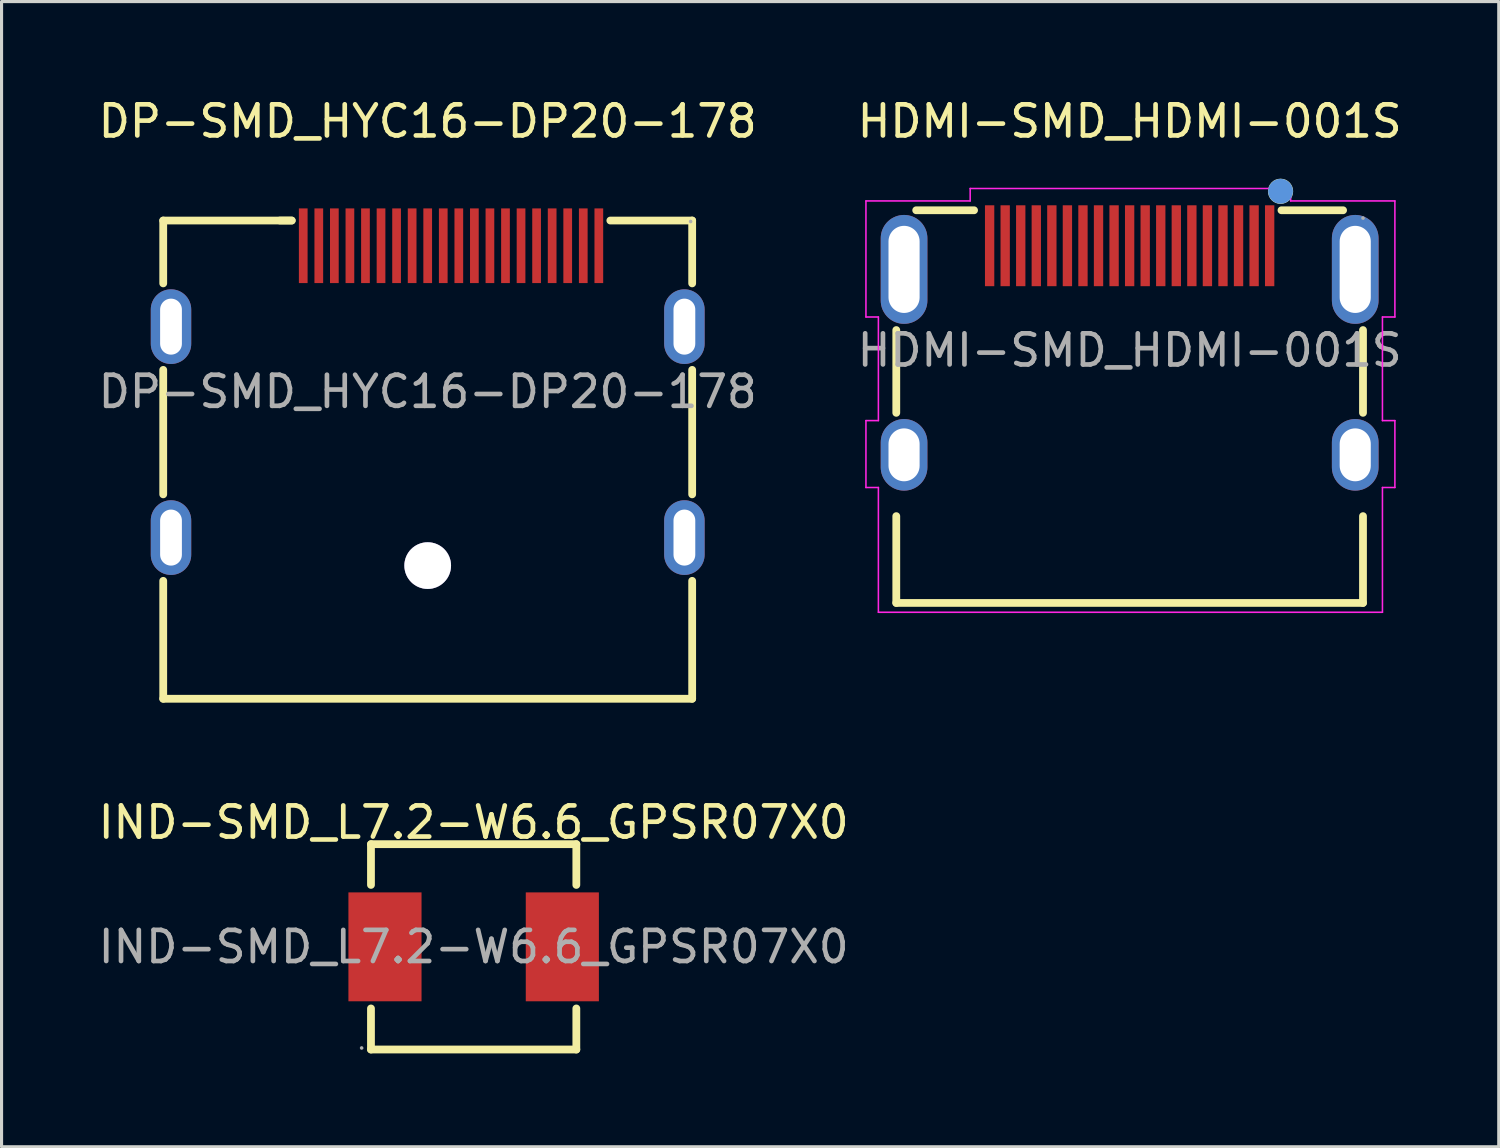
<source format=kicad_pcb>
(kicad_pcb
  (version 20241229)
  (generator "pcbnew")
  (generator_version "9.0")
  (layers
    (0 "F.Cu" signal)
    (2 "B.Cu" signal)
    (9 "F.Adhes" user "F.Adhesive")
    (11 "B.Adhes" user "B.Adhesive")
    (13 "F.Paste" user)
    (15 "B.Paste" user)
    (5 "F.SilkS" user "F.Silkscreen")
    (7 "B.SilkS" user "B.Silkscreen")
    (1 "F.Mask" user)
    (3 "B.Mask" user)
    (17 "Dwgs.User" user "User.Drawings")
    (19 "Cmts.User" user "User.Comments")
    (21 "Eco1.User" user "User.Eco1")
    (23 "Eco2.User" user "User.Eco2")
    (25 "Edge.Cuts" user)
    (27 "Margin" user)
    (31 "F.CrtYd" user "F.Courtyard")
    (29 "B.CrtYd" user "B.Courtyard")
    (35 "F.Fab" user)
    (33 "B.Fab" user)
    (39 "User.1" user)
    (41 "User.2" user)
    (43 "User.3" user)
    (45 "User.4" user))
  (footprint "IND-SMD_L7.2-W6.6_GPSR07X0"
    (layer "F.Cu")
    (at 12.173 27.381)
    (property "Reference" "IND-SMD_L7.2-W6.6_GPSR07X0" (at 0 -4 0) (layer "F.SilkS") (effects (font (size 1 1) (thickness 0.15))))
    (attr through_hole)
    (fp_line (start -3.3 -3.3) (end -3.3 -1.99) (stroke (width 0.25) (type solid)) (layer "F.SilkS"))
    (fp_line (start -3.3 -3.3) (end 3.3 -3.3) (stroke (width 0.25) (type solid)) (layer "F.SilkS"))
    (fp_line (start -3.3 1.98) (end -3.3 3.3) (stroke (width 0.25) (type solid)) (layer "F.SilkS"))
    (fp_line (start -3.3 3.3) (end 3.3 3.3) (stroke (width 0.25) (type solid)) (layer "F.SilkS"))
    (fp_line (start 3.3 -3.3) (end 3.3 -1.99) (stroke (width 0.25) (type solid)) (layer "F.SilkS"))
    (fp_line (start 3.3 1.98) (end 3.3 3.3) (stroke (width 0.25) (type solid)) (layer "F.SilkS"))
    (fp_circle (center -3.6 3.25) (end -3.57 3.25) (stroke (width 0.06) (type solid)) (fill no) (layer "F.Fab"))
    (fp_text user "${REFERENCE}" (at 0 0 0) (layer "F.Fab") (effects (font (size 1 1) (thickness 0.15))))
    (pad "1" smd rect (at -2.85 0) (size 2.35 3.5) (layers "F.Cu" "F.Mask" "F.Paste"))
    (pad "2" smd rect (at 2.85 0) (size 2.35 3.5) (layers "F.Cu" "F.Mask" "F.Paste")))
  (footprint "HDMI-SMD_HDMI-001S"
    (layer "F.Cu")
    (at 33.256 8.208)
    (property "Reference" "HDMI-SMD_HDMI-001S" (at 0 -7.36 0) (layer "F.SilkS") (effects (font (size 1 1) (thickness 0.15))))
    (attr smd)
    (fp_line (start -7.5 -0.65) (end -7.5 2.01) (stroke (width 0.25) (type solid)) (layer "F.SilkS"))
    (fp_line (start -7.5 5.33) (end -7.5 8.12) (stroke (width 0.25) (type solid)) (layer "F.SilkS"))
    (fp_line (start -7.5 8.12) (end 7.5 8.12) (stroke (width 0.25) (type solid)) (layer "F.SilkS"))
    (fp_line (start -5 -4.5) (end -6.86 -4.5) (stroke (width 0.25) (type solid)) (layer "F.SilkS"))
    (fp_line (start 6.86 -4.5) (end 4.88 -4.5) (stroke (width 0.25) (type solid)) (layer "F.SilkS"))
    (fp_line (start 7.5 2.01) (end 7.5 -0.65) (stroke (width 0.25) (type solid)) (layer "F.SilkS"))
    (fp_line (start 7.5 8.12) (end 7.5 5.33) (stroke (width 0.25) (type solid)) (layer "F.SilkS"))
    (fp_circle (center 4.85 -5.11) (end 5.13 -5.11) (stroke (width 0.25) (type solid)) (fill no) (layer "F.SilkS"))
    (fp_circle (center 4.85 -5.11) (end 5.05 -5.11) (stroke (width 0.4) (type solid)) (fill no) (layer "Cmts.User"))
    (fp_line (start -8.475 -4.8) (end -5.125 -4.8) (stroke (width 0.05) (type solid)) (layer "F.CrtYd"))
    (fp_line (start -8.475 -1.07) (end -8.475 -4.8) (stroke (width 0.05) (type solid)) (layer "F.CrtYd"))
    (fp_line (start -8.475 -1.07) (end -8.075 -1.07) (stroke (width 0.05) (type solid)) (layer "F.CrtYd"))
    (fp_line (start -8.475 2.26) (end -8.075 2.26) (stroke (width 0.05) (type solid)) (layer "F.CrtYd"))
    (fp_line (start -8.475 4.41) (end -8.475 2.26) (stroke (width 0.05) (type solid)) (layer "F.CrtYd"))
    (fp_line (start -8.475 4.41) (end -8.075 4.41) (stroke (width 0.05) (type solid)) (layer "F.CrtYd"))
    (fp_line (start -8.075 2.26) (end -8.075 -1.07) (stroke (width 0.05) (type solid)) (layer "F.CrtYd"))
    (fp_line (start -8.075 8.42) (end -8.075 4.41) (stroke (width 0.05) (type solid)) (layer "F.CrtYd"))
    (fp_line (start -8.075 8.42) (end 8.125 8.42) (stroke (width 0.05) (type solid)) (layer "F.CrtYd"))
    (fp_line (start -5.125 -5.2) (end 5.175 -5.2) (stroke (width 0.05) (type solid)) (layer "F.CrtYd"))
    (fp_line (start -5.125 -4.8) (end -5.125 -5.2) (stroke (width 0.05) (type solid)) (layer "F.CrtYd"))
    (fp_line (start 5.175 -4.8) (end 5.175 -5.2) (stroke (width 0.05) (type solid)) (layer "F.CrtYd"))
    (fp_line (start 5.175 -4.8) (end 8.525 -4.8) (stroke (width 0.05) (type solid)) (layer "F.CrtYd"))
    (fp_line (start 8.125 -1.07) (end 8.525 -1.07) (stroke (width 0.05) (type solid)) (layer "F.CrtYd"))
    (fp_line (start 8.125 2.26) (end 8.125 -1.07) (stroke (width 0.05) (type solid)) (layer "F.CrtYd"))
    (fp_line (start 8.125 2.26) (end 8.525 2.26) (stroke (width 0.05) (type solid)) (layer "F.CrtYd"))
    (fp_line (start 8.125 4.41) (end 8.525 4.41) (stroke (width 0.05) (type solid)) (layer "F.CrtYd"))
    (fp_line (start 8.125 8.42) (end 8.125 4.41) (stroke (width 0.05) (type solid)) (layer "F.CrtYd"))
    (fp_line (start 8.525 -1.07) (end 8.525 -4.8) (stroke (width 0.05) (type solid)) (layer "F.CrtYd"))
    (fp_line (start 8.525 4.41) (end 8.525 2.26) (stroke (width 0.05) (type solid)) (layer "F.CrtYd"))
    (fp_circle (center 7.5 -4.25) (end 7.53 -4.25) (stroke (width 0.06) (type solid)) (fill no) (layer "F.Fab"))
    (fp_text user "${REFERENCE}" (at 0 0 0) (layer "F.Fab") (effects (font (size 1 1) (thickness 0.15))))
    (pad "1" smd rect (at 4.5 -3.36) (size 0.3 2.6) (layers "F.Cu" "F.Mask" "F.Paste"))
    (pad "2" smd rect (at 4 -3.36) (size 0.3 2.6) (layers "F.Cu" "F.Mask" "F.Paste"))
    (pad "3" smd rect (at 3.5 -3.36) (size 0.3 2.6) (layers "F.Cu" "F.Mask" "F.Paste"))
    (pad "4" smd rect (at 3 -3.36) (size 0.3 2.6) (layers "F.Cu" "F.Mask" "F.Paste"))
    (pad "5" smd rect (at 2.5 -3.36) (size 0.3 2.6) (layers "F.Cu" "F.Mask" "F.Paste"))
    (pad "6" smd rect (at 2 -3.36) (size 0.3 2.6) (layers "F.Cu" "F.Mask" "F.Paste"))
    (pad "7" smd rect (at 1.5 -3.36) (size 0.3 2.6) (layers "F.Cu" "F.Mask" "F.Paste"))
    (pad "8" smd rect (at 1 -3.36) (size 0.3 2.6) (layers "F.Cu" "F.Mask" "F.Paste"))
    (pad "9" smd rect (at 0.5 -3.36) (size 0.3 2.6) (layers "F.Cu" "F.Mask" "F.Paste"))
    (pad "10" smd rect (at 0 -3.36) (size 0.3 2.6) (layers "F.Cu" "F.Mask" "F.Paste"))
    (pad "11" smd rect (at -0.5 -3.36) (size 0.3 2.6) (layers "F.Cu" "F.Mask" "F.Paste"))
    (pad "12" smd rect (at -1 -3.36) (size 0.3 2.6) (layers "F.Cu" "F.Mask" "F.Paste"))
    (pad "13" smd rect (at -1.5 -3.36) (size 0.3 2.6) (layers "F.Cu" "F.Mask" "F.Paste"))
    (pad "14" smd rect (at -2 -3.36) (size 0.3 2.6) (layers "F.Cu" "F.Mask" "F.Paste"))
    (pad "15" smd rect (at -2.5 -3.36) (size 0.3 2.6) (layers "F.Cu" "F.Mask" "F.Paste"))
    (pad "16" smd rect (at -3 -3.36) (size 0.3 2.6) (layers "F.Cu" "F.Mask" "F.Paste"))
    (pad "17" smd rect (at -3.5 -3.36) (size 0.3 2.6) (layers "F.Cu" "F.Mask" "F.Paste"))
    (pad "18" smd rect (at -4 -3.36) (size 0.3 2.6) (layers "F.Cu" "F.Mask" "F.Paste"))
    (pad "19" smd rect (at -4.5 -3.36) (size 0.3 2.6) (layers "F.Cu" "F.Mask" "F.Paste"))
    (pad "20" thru_hole oval (at -7.25 -2.6) (size 1.5 3.5) (drill oval 1 2.8) (layers "*.Cu" "*.Mask"))
    (pad "21" thru_hole oval (at 7.25 -2.6) (size 1.5 3.5) (drill oval 1 2.8) (layers "*.Cu" "*.Mask"))
    (pad "22" thru_hole oval (at -7.25 3.36) (size 1.5 2.3) (drill oval 1 1.7) (layers "*.Cu" "*.Mask"))
    (pad "23" thru_hole oval (at 7.25 3.36) (size 1.5 2.3) (drill oval 1 1.7) (layers "*.Cu" "*.Mask")))
  (footprint "DP-SMD_HYC16-DP20-178"
    (layer "F.Cu")
    (at 10.696 9.538)
    (property "Reference" "DP-SMD_HYC16-DP20-178" (at 0 -8.69 0) (layer "F.SilkS") (effects (font (size 1 1) (thickness 0.15))))
    (attr smd)
    (fp_line (start -8.5 -5.5) (end -8.5 -3.48) (stroke (width 0.25) (type solid)) (layer "F.SilkS"))
    (fp_line (start -8.5 -0.7) (end -8.5 3.3) (stroke (width 0.25) (type solid)) (layer "F.SilkS"))
    (fp_line (start -8.5 6.08) (end -8.5 9.87) (stroke (width 0.25) (type solid)) (layer "F.SilkS"))
    (fp_line (start -4.37 -5.5) (end -8.5 -5.5) (stroke (width 0.25) (type solid)) (layer "F.SilkS"))
    (fp_line (start -4.37 -5.5) (end -4.75 -5.5) (stroke (width 0.25) (type solid)) (layer "F.SilkS"))
    (fp_line (start 5.87 -5.5) (end 8.5 -5.5) (stroke (width 0.25) (type solid)) (layer "F.SilkS"))
    (fp_line (start 8.5 -5.5) (end 8.5 -3.48) (stroke (width 0.25) (type solid)) (layer "F.SilkS"))
    (fp_line (start 8.5 -0.7) (end 8.5 3.3) (stroke (width 0.25) (type solid)) (layer "F.SilkS"))
    (fp_line (start 8.5 6.08) (end 8.5 9.87) (stroke (width 0.25) (type solid)) (layer "F.SilkS"))
    (fp_line (start 8.5 9.87) (end -8.5 9.87) (stroke (width 0.25) (type solid)) (layer "F.SilkS"))
    (fp_circle (center 0 5.59) (end 0.33 5.59) (stroke (width 0.65) (type solid)) (fill no) (layer "Cmts.User"))
    (fp_circle (center 8.45 -5.47) (end 8.48 -5.47) (stroke (width 0.06) (type solid)) (fill no) (layer "F.Fab"))
    (fp_text user "${REFERENCE}" (at 0 0 0) (layer "F.Fab") (effects (font (size 1 1) (thickness 0.15))))
    (pad "" thru_hole circle (at 0 5.59) (size 1.5 1.5) (drill 1.5) (layers "*.Cu" "*.Mask"))
    (pad "1" smd rect (at 5.5 -4.69) (size 0.28 2.4) (layers "F.Cu" "F.Mask" "F.Paste"))
    (pad "2" smd rect (at 5 -4.69) (size 0.28 2.4) (layers "F.Cu" "F.Mask" "F.Paste"))
    (pad "3" smd rect (at 4.5 -4.69) (size 0.28 2.4) (layers "F.Cu" "F.Mask" "F.Paste"))
    (pad "4" smd rect (at 4 -4.69) (size 0.28 2.4) (layers "F.Cu" "F.Mask" "F.Paste"))
    (pad "5" smd rect (at 3.5 -4.69) (size 0.28 2.4) (layers "F.Cu" "F.Mask" "F.Paste"))
    (pad "6" smd rect (at 3 -4.69) (size 0.28 2.4) (layers "F.Cu" "F.Mask" "F.Paste"))
    (pad "7" smd rect (at 2.5 -4.69) (size 0.28 2.4) (layers "F.Cu" "F.Mask" "F.Paste"))
    (pad "8" smd rect (at 2 -4.69) (size 0.28 2.4) (layers "F.Cu" "F.Mask" "F.Paste"))
    (pad "9" smd rect (at 1.5 -4.69) (size 0.28 2.4) (layers "F.Cu" "F.Mask" "F.Paste"))
    (pad "10" smd rect (at 1 -4.69) (size 0.28 2.4) (layers "F.Cu" "F.Mask" "F.Paste"))
    (pad "11" smd rect (at 0.5 -4.69) (size 0.28 2.4) (layers "F.Cu" "F.Mask" "F.Paste"))
    (pad "12" smd rect (at 0 -4.69) (size 0.28 2.4) (layers "F.Cu" "F.Mask" "F.Paste"))
    (pad "13" smd rect (at -0.5 -4.69) (size 0.28 2.4) (layers "F.Cu" "F.Mask" "F.Paste"))
    (pad "14" smd rect (at -1 -4.69) (size 0.28 2.4) (layers "F.Cu" "F.Mask" "F.Paste"))
    (pad "15" smd rect (at -1.5 -4.69) (size 0.28 2.4) (layers "F.Cu" "F.Mask" "F.Paste"))
    (pad "16" smd rect (at -2 -4.69) (size 0.28 2.4) (layers "F.Cu" "F.Mask" "F.Paste"))
    (pad "17" smd rect (at -2.5 -4.69) (size 0.28 2.4) (layers "F.Cu" "F.Mask" "F.Paste"))
    (pad "18" smd rect (at -3 -4.69) (size 0.28 2.4) (layers "F.Cu" "F.Mask" "F.Paste"))
    (pad "19" smd rect (at -3.5 -4.69) (size 0.28 2.4) (layers "F.Cu" "F.Mask" "F.Paste"))
    (pad "20" smd rect (at -4 -4.69) (size 0.28 2.4) (layers "F.Cu" "F.Mask" "F.Paste"))
    (pad "21" thru_hole oval (at -8.25 -2.09) (size 1.3 2.4) (drill oval 0.7 1.8) (layers "*.Cu" "*.Mask"))
    (pad "22" thru_hole oval (at -8.25 4.69) (size 1.3 2.4) (drill oval 0.7 1.8) (layers "*.Cu" "*.Mask"))
    (pad "23" thru_hole oval (at 8.25 4.69) (size 1.3 2.4) (drill oval 0.7 1.8) (layers "*.Cu" "*.Mask"))
    (pad "24" thru_hole oval (at 8.25 -2.09) (size 1.3 2.4) (drill oval 0.7 1.8) (layers "*.Cu" "*.Mask")))
  (gr_rect
    (start -3 -3)
    (end 45.119 33.806)
    (stroke (width 0.1) (type default))
    (fill no)
    (layer "Edge.Cuts")))
</source>
